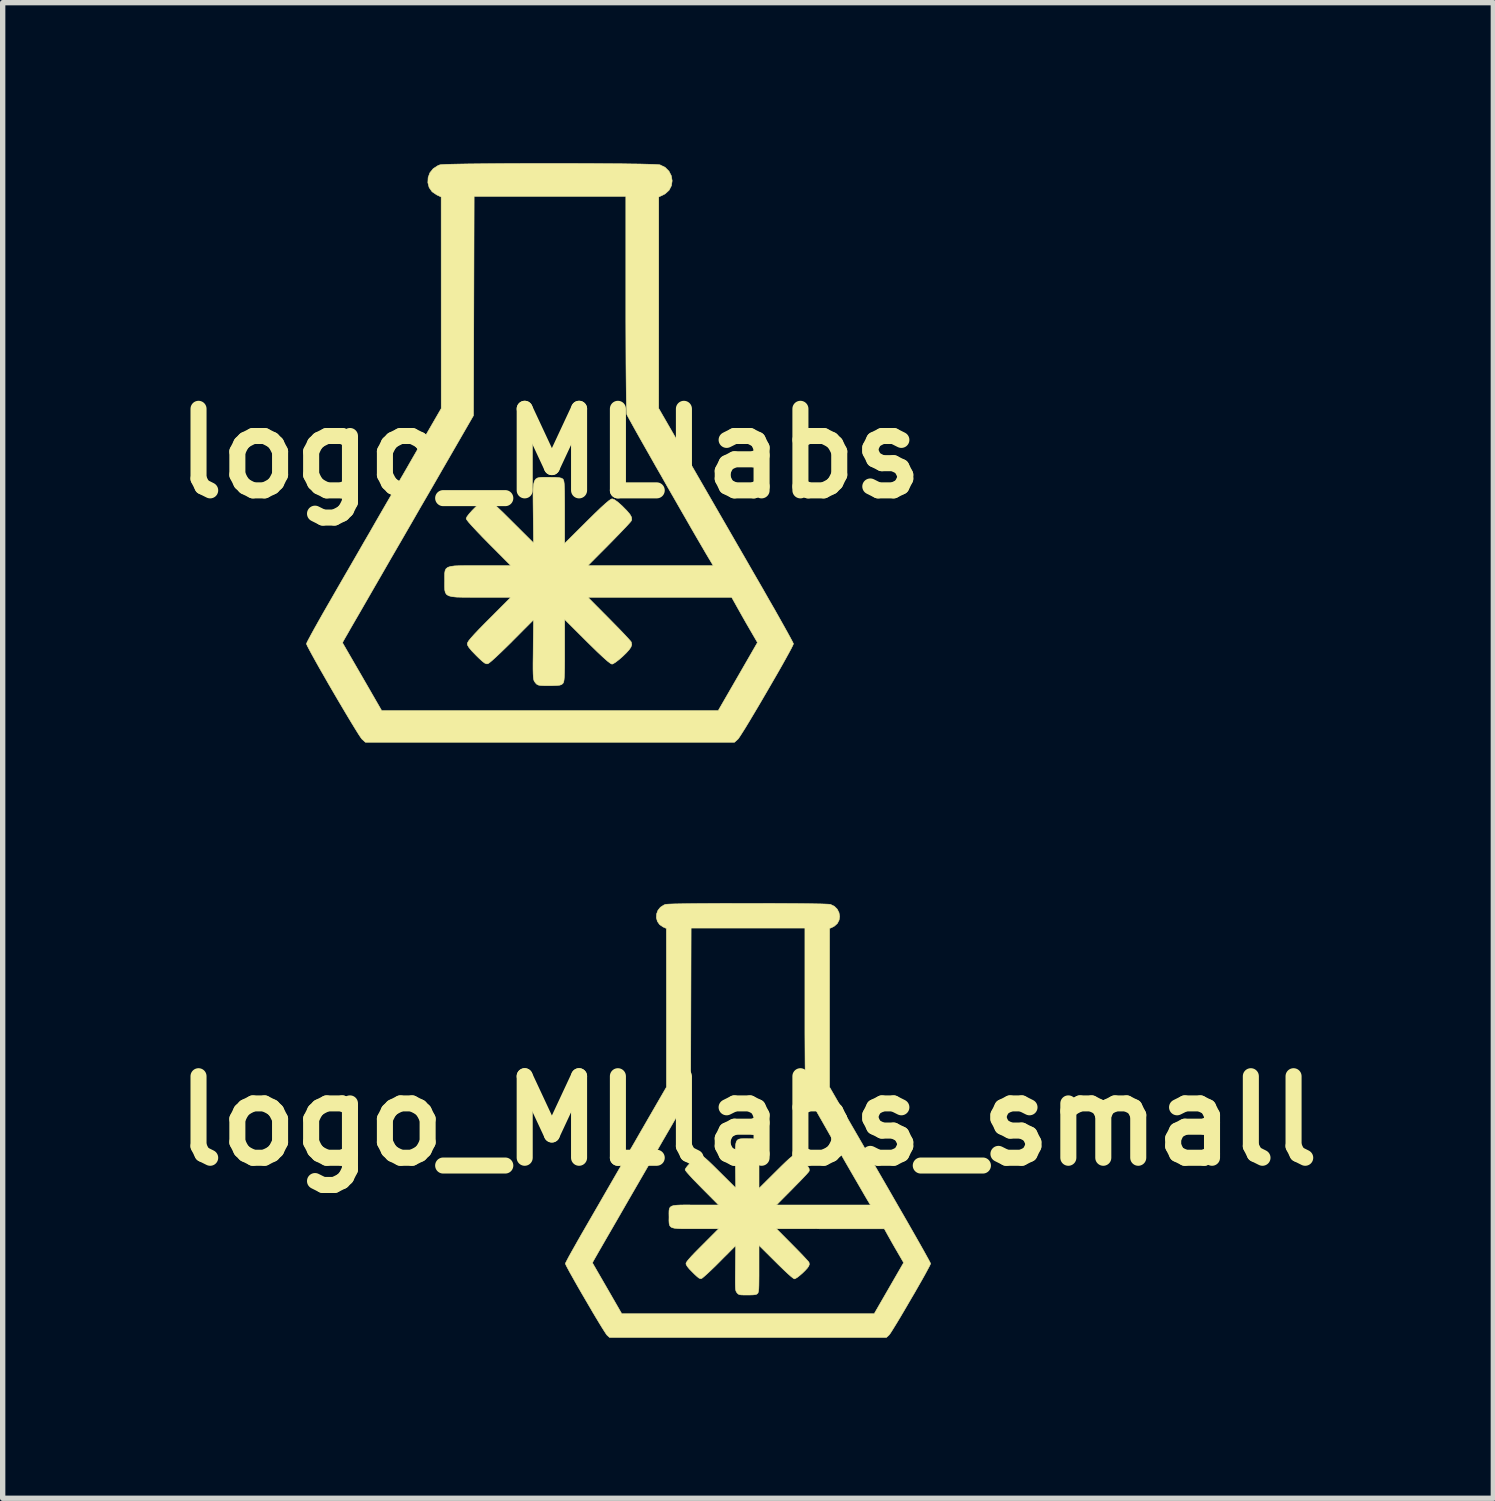
<source format=kicad_pcb>
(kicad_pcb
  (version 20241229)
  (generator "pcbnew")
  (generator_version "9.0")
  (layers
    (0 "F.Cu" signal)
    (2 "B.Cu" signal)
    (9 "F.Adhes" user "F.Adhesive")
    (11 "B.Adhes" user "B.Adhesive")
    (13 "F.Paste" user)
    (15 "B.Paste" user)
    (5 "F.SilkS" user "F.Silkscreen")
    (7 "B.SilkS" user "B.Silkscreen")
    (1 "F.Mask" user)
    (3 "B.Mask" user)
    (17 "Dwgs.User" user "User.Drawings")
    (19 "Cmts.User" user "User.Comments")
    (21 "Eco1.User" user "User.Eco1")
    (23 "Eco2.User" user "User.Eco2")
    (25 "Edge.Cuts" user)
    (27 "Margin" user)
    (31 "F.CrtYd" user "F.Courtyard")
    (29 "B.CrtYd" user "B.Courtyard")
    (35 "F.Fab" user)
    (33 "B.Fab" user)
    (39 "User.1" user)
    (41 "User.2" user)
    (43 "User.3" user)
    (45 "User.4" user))
  (footprint "logo_MLlabs"
    (layer "F.Cu")
    (at 7.228 5.425)
    (property "Reference" "logo_MLlabs" (at 0 0 0) (layer "F.SilkS") (effects (font (size 1.524 1.524) (thickness 0.3))))
    (attr through_hole)
    (fp_poly (pts (xy 0.374 -5.42) (xy 0.626 -5.419) (xy 0.869 -5.418) (xy 1.1 -5.416) (xy 1.314 -5.415) (xy 1.509 -5.412) (xy 1.679 -5.41) (xy 1.823 -5.406) (xy 1.935 -5.403) (xy 2.013 -5.399) (xy 2.053 -5.395) (xy 2.055 -5.395) (xy 2.153 -5.347) (xy 2.224 -5.276) (xy 2.268 -5.19) (xy 2.284 -5.096) (xy 2.27 -5.004) (xy 2.226 -4.919) (xy 2.152 -4.852) (xy 2.116 -4.833) (xy 2.033 -4.794) (xy 2.033 -2.818) (xy 2.032 -0.843) (xy 2.602 0.145) (xy 2.722 0.354) (xy 2.86 0.593) (xy 3.01 0.853) (xy 3.168 1.127) (xy 3.33 1.407) (xy 3.491 1.687) (xy 3.648 1.958) (xy 3.795 2.214) (xy 3.861 2.328) (xy 3.98 2.534) (xy 4.092 2.731) (xy 4.197 2.913) (xy 4.291 3.08) (xy 4.373 3.226) (xy 4.442 3.35) (xy 4.495 3.447) (xy 4.532 3.516) (xy 4.549 3.552) (xy 4.551 3.556) (xy 4.54 3.584) (xy 4.511 3.643) (xy 4.464 3.73) (xy 4.404 3.839) (xy 4.332 3.968) (xy 4.251 4.11) (xy 4.163 4.262) (xy 4.072 4.419) (xy 3.98 4.577) (xy 3.889 4.732) (xy 3.802 4.878) (xy 3.722 5.012) (xy 3.651 5.129) (xy 3.591 5.224) (xy 3.546 5.294) (xy 3.518 5.334) (xy 3.513 5.339) (xy 3.449 5.397) (xy -3.449 5.397) (xy -3.513 5.339) (xy -3.535 5.31) (xy -3.575 5.25) (xy -3.63 5.162) (xy -3.698 5.051) (xy -3.776 4.922) (xy -3.861 4.779) (xy -3.951 4.627) (xy -4.043 4.47) (xy -4.135 4.312) (xy -4.223 4.158) (xy -4.307 4.012) (xy -4.382 3.878) (xy -4.446 3.762) (xy -4.497 3.668) (xy -4.533 3.599) (xy -4.55 3.561) (xy -4.551 3.556) (xy -4.542 3.536) (xy -3.878 3.536) (xy -3.511 4.17) (xy -3.145 4.805) (xy 3.145 4.805) (xy 3.512 4.169) (xy 3.878 3.533) (xy 3.734 3.285) (xy 3.669 3.173) (xy 3.602 3.055) (xy 3.54 2.945) (xy 3.494 2.863) (xy 3.397 2.689) (xy 2.053 2.688) (xy 0.71 2.688) (xy 1.104 3.085) (xy 1.21 3.193) (xy 1.308 3.293) (xy 1.392 3.381) (xy 1.458 3.452) (xy 1.502 3.501) (xy 1.52 3.524) (xy 1.529 3.574) (xy 1.513 3.62) (xy 1.48 3.668) (xy 1.426 3.728) (xy 1.36 3.792) (xy 1.291 3.852) (xy 1.228 3.901) (xy 1.179 3.931) (xy 1.159 3.937) (xy 1.13 3.923) (xy 1.074 3.88) (xy 0.993 3.808) (xy 0.885 3.707) (xy 0.75 3.575) (xy 0.694 3.52) (xy 0.275 3.102) (xy 0.275 3.682) (xy 0.275 3.856) (xy 0.274 3.993) (xy 0.272 4.098) (xy 0.269 4.174) (xy 0.264 4.228) (xy 0.258 4.264) (xy 0.249 4.287) (xy 0.24 4.3) (xy 0.218 4.318) (xy 0.184 4.33) (xy 0.13 4.336) (xy 0.046 4.339) (xy -0.012 4.339) (xy -0.111 4.339) (xy -0.176 4.336) (xy -0.217 4.328) (xy -0.244 4.315) (xy -0.266 4.293) (xy -0.275 4.282) (xy -0.288 4.263) (xy -0.299 4.243) (xy -0.306 4.214) (xy -0.311 4.173) (xy -0.314 4.113) (xy -0.316 4.03) (xy -0.316 3.919) (xy -0.314 3.774) (xy -0.313 3.668) (xy -0.312 3.52) (xy -0.31 3.386) (xy -0.309 3.273) (xy -0.308 3.186) (xy -0.308 3.13) (xy -0.308 3.111) (xy -0.323 3.126) (xy -0.363 3.166) (xy -0.426 3.229) (xy -0.507 3.31) (xy -0.602 3.406) (xy -0.708 3.512) (xy -0.71 3.515) (xy -0.819 3.622) (xy -0.92 3.72) (xy -1.009 3.804) (xy -1.082 3.87) (xy -1.134 3.913) (xy -1.161 3.93) (xy -1.188 3.931) (xy -1.221 3.917) (xy -1.265 3.883) (xy -1.327 3.826) (xy -1.378 3.776) (xy -1.461 3.69) (xy -1.514 3.626) (xy -1.541 3.58) (xy -1.545 3.557) (xy -1.538 3.533) (xy -1.515 3.496) (xy -1.473 3.445) (xy -1.41 3.375) (xy -1.323 3.283) (xy -1.209 3.167) (xy -1.138 3.096) (xy -0.731 2.688) (xy -1.301 2.688) (xy -1.486 2.688) (xy -1.634 2.687) (xy -1.748 2.684) (xy -1.833 2.675) (xy -1.893 2.659) (xy -1.932 2.635) (xy -1.955 2.6) (xy -1.966 2.552) (xy -1.969 2.49) (xy -1.969 2.411) (xy -1.968 2.388) (xy -1.969 2.306) (xy -1.968 2.241) (xy -1.96 2.191) (xy -1.942 2.154) (xy -1.909 2.128) (xy -1.856 2.111) (xy -1.78 2.101) (xy -1.676 2.097) (xy -1.539 2.095) (xy -1.366 2.095) (xy -1.308 2.095) (xy -0.732 2.095) (xy -1.149 1.676) (xy -1.268 1.555) (xy -1.371 1.447) (xy -1.456 1.356) (xy -1.519 1.285) (xy -1.556 1.237) (xy -1.566 1.217) (xy -1.551 1.182) (xy -1.51 1.128) (xy -1.452 1.063) (xy -1.385 0.996) (xy -1.315 0.933) (xy -1.252 0.882) (xy -1.204 0.852) (xy -1.185 0.847) (xy -1.16 0.856) (xy -1.119 0.884) (xy -1.059 0.934) (xy -0.978 1.008) (xy -0.873 1.108) (xy -0.743 1.237) (xy -0.721 1.259) (xy -0.307 1.671) (xy -0.313 1.105) (xy -0.315 0.92) (xy -0.316 0.774) (xy -0.314 0.66) (xy -0.306 0.577) (xy -0.291 0.518) (xy -0.266 0.479) (xy -0.231 0.457) (xy -0.181 0.447) (xy -0.117 0.444) (xy -0.035 0.444) (xy -0.011 0.445) (xy 0.096 0.446) (xy 0.168 0.451) (xy 0.214 0.461) (xy 0.241 0.477) (xy 0.242 0.478) (xy 0.252 0.493) (xy 0.26 0.518) (xy 0.266 0.559) (xy 0.27 0.62) (xy 0.273 0.705) (xy 0.274 0.82) (xy 0.275 0.97) (xy 0.275 1.096) (xy 0.275 1.681) (xy 0.694 1.264) (xy 0.833 1.127) (xy 0.945 1.019) (xy 1.033 0.939) (xy 1.097 0.885) (xy 1.14 0.855) (xy 1.162 0.847) (xy 1.205 0.863) (xy 1.269 0.909) (xy 1.348 0.979) (xy 1.436 1.068) (xy 1.494 1.136) (xy 1.524 1.19) (xy 1.529 1.234) (xy 1.52 1.26) (xy 1.499 1.286) (xy 1.453 1.337) (xy 1.385 1.409) (xy 1.3 1.498) (xy 1.202 1.599) (xy 1.104 1.699) (xy 0.71 2.095) (xy 3.051 2.095) (xy 3.01 2.027) (xy 2.963 1.949) (xy 2.901 1.844) (xy 2.826 1.715) (xy 2.739 1.566) (xy 2.643 1.4) (xy 2.54 1.22) (xy 2.431 1.031) (xy 2.319 0.835) (xy 2.205 0.637) (xy 2.093 0.439) (xy 1.982 0.246) (xy 1.877 0.06) (xy 1.778 -0.114) (xy 1.688 -0.273) (xy 1.608 -0.415) (xy 1.542 -0.534) (xy 1.49 -0.628) (xy 1.455 -0.692) (xy 1.438 -0.725) (xy 1.437 -0.727) (xy 1.434 -0.758) (xy 1.432 -0.828) (xy 1.429 -0.935) (xy 1.427 -1.075) (xy 1.425 -1.246) (xy 1.423 -1.446) (xy 1.421 -1.67) (xy 1.42 -1.916) (xy 1.419 -2.182) (xy 1.418 -2.464) (xy 1.418 -2.76) (xy 1.418 -2.799) (xy 1.418 -4.805) (xy -1.417 -4.805) (xy -1.423 -2.757) (xy -1.429 -0.709) (xy -1.887 0.085) (xy -2.007 0.292) (xy -2.139 0.522) (xy -2.279 0.764) (xy -2.421 1.008) (xy -2.557 1.245) (xy -2.683 1.463) (xy -2.773 1.619) (xy -2.968 1.955) (xy -3.143 2.259) (xy -3.299 2.529) (xy -3.436 2.767) (xy -3.553 2.97) (xy -3.651 3.139) (xy -3.728 3.272) (xy -3.784 3.371) (xy -3.82 3.433) (xy -3.827 3.445) (xy -3.878 3.536) (xy -4.542 3.536) (xy -4.541 3.531) (xy -4.511 3.473) (xy -4.465 3.387) (xy -4.404 3.276) (xy -4.33 3.144) (xy -4.246 2.995) (xy -4.153 2.833) (xy -4.093 2.729) (xy -3.979 2.531) (xy -3.855 2.316) (xy -3.727 2.095) (xy -3.6 1.875) (xy -3.48 1.666) (xy -3.37 1.477) (xy -3.282 1.323) (xy -3.187 1.158) (xy -3.076 0.966) (xy -2.954 0.756) (xy -2.827 0.535) (xy -2.699 0.315) (xy -2.577 0.102) (xy -2.48 -0.066) (xy -2.032 -0.841) (xy -2.033 -4.794) (xy -2.116 -4.833) (xy -2.203 -4.892) (xy -2.258 -4.971) (xy -2.282 -5.062) (xy -2.277 -5.156) (xy -2.244 -5.246) (xy -2.182 -5.323) (xy -2.094 -5.38) (xy -2.055 -5.395) (xy -2.019 -5.399) (xy -1.945 -5.403) (xy -1.836 -5.406) (xy -1.696 -5.409) (xy -1.528 -5.412) (xy -1.336 -5.414) (xy -1.123 -5.416) (xy -0.894 -5.418) (xy -0.652 -5.419) (xy -0.4 -5.42) (xy -0.143 -5.42) (xy 0.116 -5.42) (xy 0.374 -5.42)) (stroke (width 0.01) (type solid)) (fill yes) (layer "F.SilkS")))
  (footprint "logo_MLlabs_small"
    (layer "F.Cu")
    (at 10.929 17.898)
    (property "Reference" "logo_MLlabs_small" (at 0 0 0) (layer "F.SilkS") (effects (font (size 1.524 1.524) (thickness 0.3))))
    (attr through_hole)
    (fp_poly (pts (xy 0.28 -4.065) (xy 0.469 -4.064) (xy 0.652 -4.063) (xy 0.825 -4.062) (xy 0.986 -4.061) (xy 1.131 -4.059) (xy 1.259 -4.057) (xy 1.367 -4.055) (xy 1.452 -4.052) (xy 1.51 -4.049) (xy 1.54 -4.046) (xy 1.541 -4.046) (xy 1.615 -4.01) (xy 1.668 -3.957) (xy 1.701 -3.892) (xy 1.713 -3.822) (xy 1.703 -3.753) (xy 1.67 -3.689) (xy 1.614 -3.639) (xy 1.587 -3.624) (xy 1.525 -3.596) (xy 1.524 -2.114) (xy 1.524 -0.632) (xy 1.951 0.109) (xy 2.042 0.266) (xy 2.145 0.444) (xy 2.257 0.639) (xy 2.376 0.845) (xy 2.498 1.056) (xy 2.619 1.265) (xy 2.736 1.469) (xy 2.846 1.66) (xy 2.896 1.746) (xy 2.985 1.901) (xy 3.069 2.048) (xy 3.147 2.185) (xy 3.218 2.31) (xy 3.28 2.42) (xy 3.331 2.512) (xy 3.372 2.586) (xy 3.399 2.637) (xy 3.412 2.664) (xy 3.413 2.667) (xy 3.405 2.688) (xy 3.383 2.732) (xy 3.348 2.797) (xy 3.303 2.88) (xy 3.249 2.976) (xy 3.188 3.083) (xy 3.123 3.197) (xy 3.054 3.314) (xy 2.985 3.433) (xy 2.917 3.549) (xy 2.852 3.659) (xy 2.792 3.759) (xy 2.738 3.847) (xy 2.694 3.918) (xy 2.66 3.971) (xy 2.638 4) (xy 2.635 4.004) (xy 2.587 4.048) (xy -2.587 4.048) (xy -2.635 4.004) (xy -2.651 3.983) (xy -2.681 3.937) (xy -2.723 3.871) (xy -2.774 3.788) (xy -2.832 3.692) (xy -2.896 3.585) (xy -2.963 3.47) (xy -3.032 3.352) (xy -3.101 3.234) (xy -3.168 3.118) (xy -3.23 3.009) (xy -3.286 2.909) (xy -3.335 2.822) (xy -3.373 2.751) (xy -3.4 2.699) (xy -3.412 2.671) (xy -3.413 2.667) (xy -3.407 2.652) (xy -2.908 2.652) (xy -2.633 3.128) (xy -2.359 3.604) (xy 2.359 3.604) (xy 2.634 3.127) (xy 2.909 2.65) (xy 2.801 2.464) (xy 2.752 2.38) (xy 2.701 2.291) (xy 2.655 2.209) (xy 2.62 2.147) (xy 2.548 2.017) (xy 0.532 2.016) (xy 0.828 2.314) (xy 0.908 2.395) (xy 0.981 2.47) (xy 1.044 2.536) (xy 1.093 2.589) (xy 1.126 2.626) (xy 1.14 2.643) (xy 1.147 2.68) (xy 1.135 2.715) (xy 1.11 2.751) (xy 1.069 2.796) (xy 1.02 2.844) (xy 0.968 2.889) (xy 0.921 2.926) (xy 0.884 2.948) (xy 0.869 2.953) (xy 0.847 2.942) (xy 0.806 2.91) (xy 0.745 2.856) (xy 0.664 2.78) (xy 0.562 2.681) (xy 0.521 2.64) (xy 0.206 2.327) (xy 0.206 2.762) (xy 0.206 2.892) (xy 0.205 2.995) (xy 0.204 3.073) (xy 0.202 3.131) (xy 0.198 3.171) (xy 0.193 3.198) (xy 0.187 3.216) (xy 0.18 3.225) (xy 0.163 3.239) (xy 0.138 3.247) (xy 0.097 3.252) (xy 0.035 3.254) (xy -0.009 3.254) (xy -0.083 3.254) (xy -0.132 3.252) (xy -0.163 3.246) (xy -0.183 3.236) (xy -0.2 3.22) (xy -0.206 3.212) (xy -0.216 3.198) (xy -0.224 3.182) (xy -0.23 3.161) (xy -0.234 3.129) (xy -0.236 3.085) (xy -0.237 3.023) (xy -0.237 2.939) (xy -0.236 2.83) (xy -0.235 2.751) (xy -0.234 2.64) (xy -0.233 2.54) (xy -0.232 2.455) (xy -0.231 2.389) (xy -0.231 2.348) (xy -0.231 2.334) (xy -0.242 2.344) (xy -0.273 2.375) (xy -0.32 2.422) (xy -0.38 2.483) (xy -0.452 2.554) (xy -0.531 2.634) (xy -0.533 2.636) (xy -0.614 2.717) (xy -0.69 2.79) (xy -0.757 2.853) (xy -0.812 2.902) (xy -0.851 2.935) (xy -0.871 2.948) (xy -0.891 2.948) (xy -0.916 2.938) (xy -0.949 2.912) (xy -0.996 2.869) (xy -1.033 2.832) (xy -1.096 2.768) (xy -1.135 2.72) (xy -1.155 2.685) (xy -1.159 2.668) (xy -1.154 2.65) (xy -1.136 2.622) (xy -1.105 2.584) (xy -1.058 2.531) (xy -0.992 2.462) (xy -0.907 2.376) (xy -0.853 2.322) (xy -0.548 2.016) (xy -0.975 2.016) (xy -1.115 2.016) (xy -1.226 2.016) (xy -1.311 2.013) (xy -1.375 2.006) (xy -1.42 1.995) (xy -1.449 1.976) (xy -1.466 1.95) (xy -1.474 1.914) (xy -1.477 1.867) (xy -1.476 1.808) (xy -1.476 1.791) (xy -1.477 1.73) (xy -1.476 1.681) (xy -1.47 1.643) (xy -1.456 1.616) (xy -1.431 1.596) (xy -1.392 1.583) (xy -1.335 1.576) (xy -1.257 1.572) (xy -1.154 1.571) (xy -1.025 1.572) (xy -0.981 1.572) (xy -0.549 1.572) (xy -0.862 1.257) (xy -0.951 1.166) (xy -1.029 1.086) (xy -1.092 1.017) (xy -1.139 0.964) (xy -1.167 0.928) (xy -1.175 0.913) (xy -1.163 0.886) (xy -1.133 0.846) (xy -1.089 0.798) (xy -1.038 0.747) (xy -0.986 0.7) (xy -0.939 0.662) (xy -0.903 0.639) (xy -0.889 0.635) (xy -0.87 0.642) (xy -0.839 0.663) (xy -0.794 0.701) (xy -0.733 0.756) (xy -0.655 0.831) (xy -0.557 0.928) (xy -0.541 0.944) (xy -0.23 1.253) (xy -0.235 0.829) (xy -0.237 0.69) (xy -0.237 0.58) (xy -0.235 0.495) (xy -0.229 0.432) (xy -0.218 0.388) (xy -0.2 0.36) (xy -0.173 0.343) (xy -0.136 0.335) (xy -0.088 0.333) (xy -0.027 0.333) (xy -0.008 0.333) (xy 0.072 0.334) (xy 0.126 0.338) (xy 0.16 0.346) (xy 0.181 0.357) (xy 0.181 0.358) (xy 0.189 0.369) (xy 0.195 0.389) (xy 0.199 0.419) (xy 0.202 0.465) (xy 0.204 0.529) (xy 0.206 0.615) (xy 0.206 0.727) (xy 0.206 0.822) (xy 0.206 1.261) (xy 0.521 0.948) (xy 0.625 0.845) (xy 0.709 0.764) (xy 0.774 0.704) (xy 0.823 0.664) (xy 0.855 0.641) (xy 0.871 0.635) (xy 0.904 0.647) (xy 0.952 0.682) (xy 1.011 0.734) (xy 1.077 0.801) (xy 1.12 0.852) (xy 1.143 0.892) (xy 1.146 0.925) (xy 1.14 0.945) (xy 1.124 0.964) (xy 1.09 1.003) (xy 1.039 1.057) (xy 0.975 1.124) (xy 0.901 1.199) (xy 0.828 1.274) (xy 0.532 1.572) (xy 2.289 1.572) (xy 2.257 1.52) (xy 2.222 1.462) (xy 2.176 1.383) (xy 2.12 1.286) (xy 2.055 1.174) (xy 1.983 1.05) (xy 1.905 0.915) (xy 1.823 0.773) (xy 1.739 0.626) (xy 1.654 0.478) (xy 1.569 0.329) (xy 1.487 0.184) (xy 1.408 0.045) (xy 1.333 -0.086) (xy 1.266 -0.205) (xy 1.206 -0.311) (xy 1.156 -0.4) (xy 1.117 -0.471) (xy 1.091 -0.519) (xy 1.079 -0.544) (xy 1.078 -0.545) (xy 1.076 -0.568) (xy 1.074 -0.621) (xy 1.072 -0.701) (xy 1.07 -0.806) (xy 1.069 -0.935) (xy 1.067 -1.084) (xy 1.066 -1.252) (xy 1.065 -1.437) (xy 1.064 -1.636) (xy 1.064 -1.848) (xy 1.064 -2.07) (xy 1.064 -2.099) (xy 1.064 -3.604) (xy -1.063 -3.604) (xy -1.072 -0.532) (xy -1.415 0.064) (xy -1.505 0.219) (xy -1.605 0.391) (xy -1.709 0.573) (xy -1.815 0.756) (xy -1.918 0.934) (xy -2.013 1.098) (xy -2.08 1.214) (xy -2.226 1.466) (xy -2.357 1.694) (xy -2.474 1.897) (xy -2.577 2.075) (xy -2.665 2.227) (xy -2.738 2.354) (xy -2.796 2.454) (xy -2.838 2.528) (xy -2.865 2.575) (xy -2.87 2.584) (xy -2.908 2.652) (xy -3.407 2.652) (xy -3.405 2.648) (xy -3.383 2.605) (xy -3.349 2.54) (xy -3.303 2.457) (xy -3.247 2.358) (xy -3.184 2.246) (xy -3.115 2.125) (xy -3.07 2.047) (xy -2.984 1.898) (xy -2.891 1.737) (xy -2.795 1.571) (xy -2.7 1.406) (xy -2.61 1.25) (xy -2.528 1.108) (xy -2.461 0.992) (xy -2.39 0.869) (xy -2.307 0.725) (xy -2.216 0.567) (xy -2.12 0.402) (xy -2.025 0.236) (xy -1.933 0.077) (xy -1.86 -0.05) (xy -1.524 -0.631) (xy -1.524 -2.113) (xy -1.525 -3.596) (xy -1.587 -3.624) (xy -1.652 -3.669) (xy -1.693 -3.728) (xy -1.712 -3.796) (xy -1.708 -3.867) (xy -1.683 -3.934) (xy -1.637 -3.992) (xy -1.57 -4.035) (xy -1.541 -4.046) (xy -1.514 -4.049) (xy -1.459 -4.052) (xy -1.377 -4.055) (xy -1.272 -4.057) (xy -1.146 -4.059) (xy -1.002 -4.061) (xy -0.842 -4.062) (xy -0.671 -4.063) (xy -0.489 -4.064) (xy -0.3 -4.065) (xy -0.107 -4.065) (xy 0.087 -4.065) (xy 0.28 -4.065)) (stroke (width 0.01) (type solid)) (fill yes) (layer "F.SilkS")))
  (gr_rect
    (start -3 -3)
    (end 24.859 24.951)
    (stroke (width 0.1) (type default))
    (fill no)
    (layer "Edge.Cuts")))
</source>
